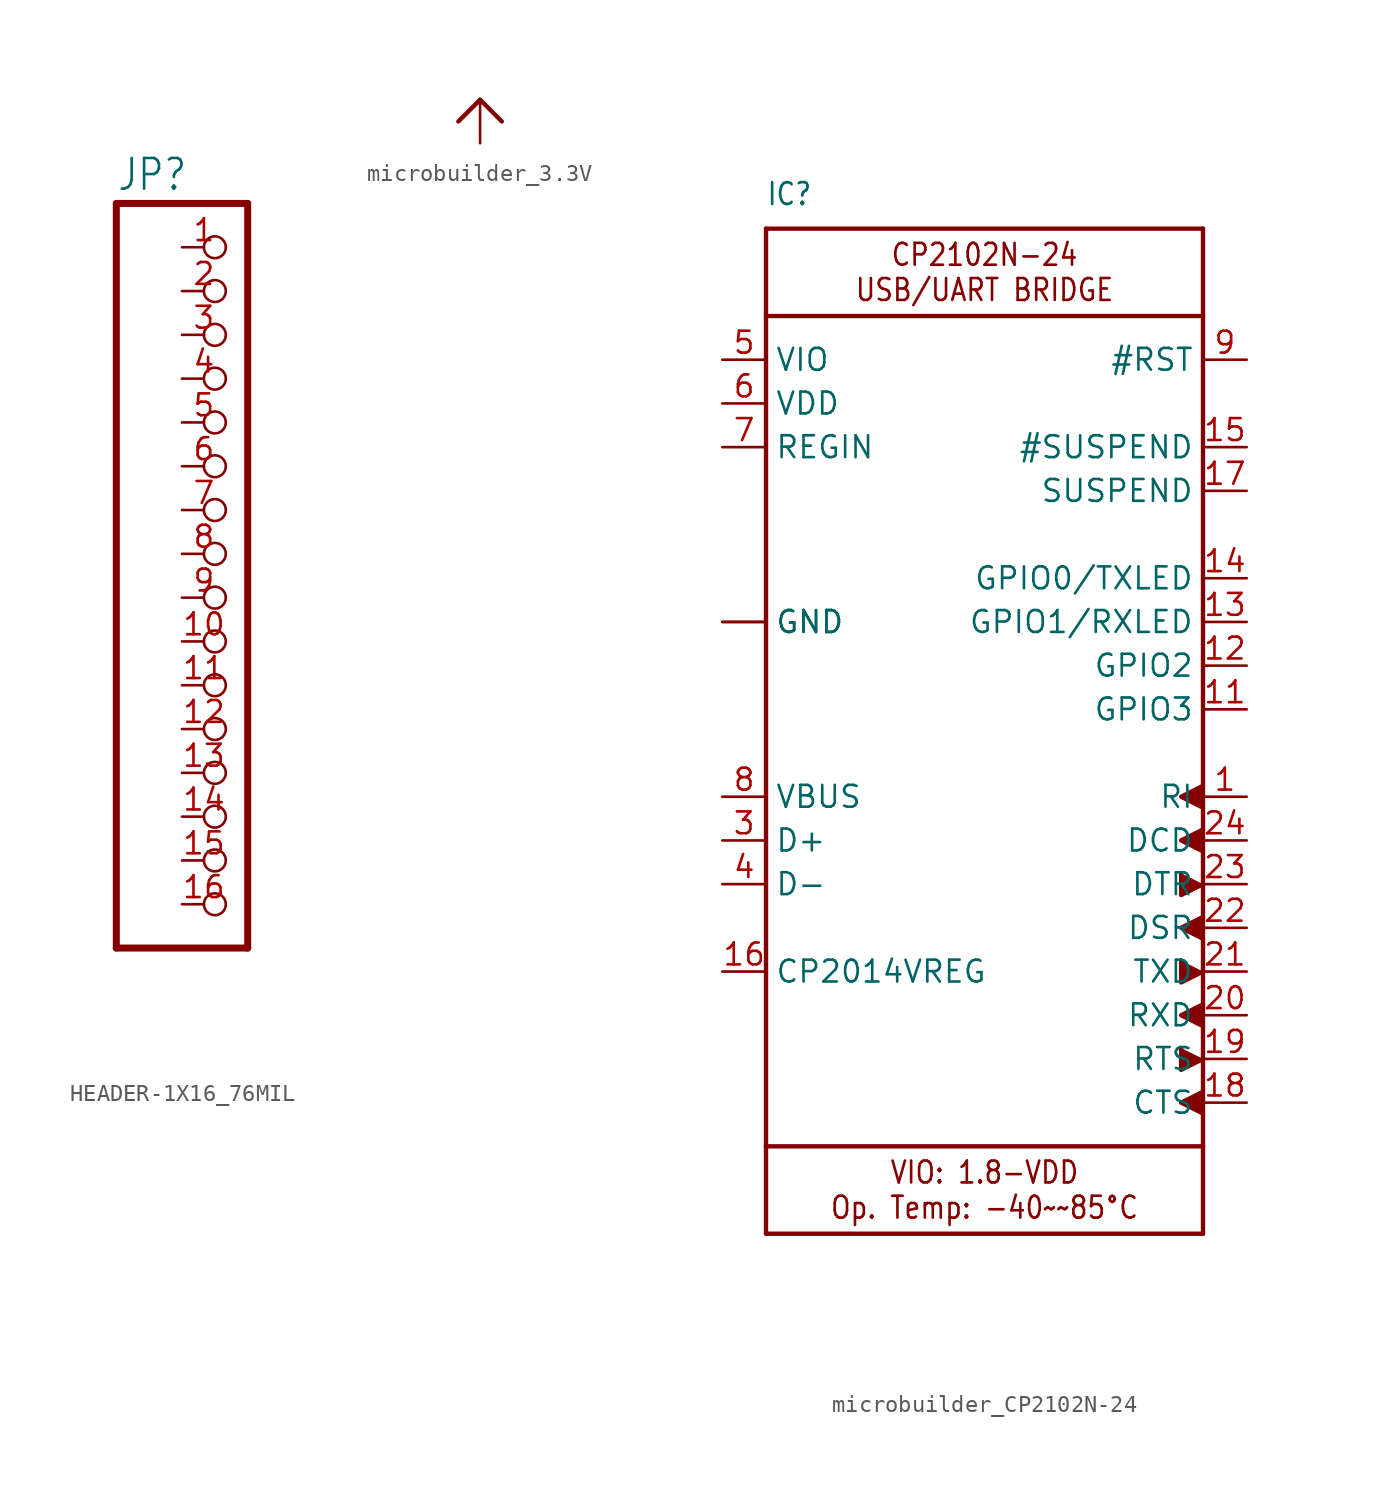
<source format=kicad_sym>
(kicad_symbol_lib
  (version 20231120)
  (generator "kicad_symbol_editor")
  (generator_version "8.0")
  (symbol "HEADER-1X16_76MIL"
    (property "Reference" "JP"
      (at -6.35 20.955 0)
      (effects (font (size 1.778 1.511)) (justify left bottom)))
    (property "Value" ""
      (at -6.35 -25.4 0)
      (effects (font (size 1.778 1.511)) (justify left bottom)))
    (property "ki_locked" ""
      (at 0 0 0)
      (effects (font (size 1.27 1.27))))
    (symbol "HEADER-1X16_76MIL_1_0"
      (polyline (pts (xy -6.35 -22.86) (xy 1.27 -22.86)) (stroke (width 0.406) (type solid)) (fill (type none)))
      (polyline (pts (xy -6.35 20.32) (xy -6.35 -22.86)) (stroke (width 0.406) (type solid)) (fill (type none)))
      (polyline (pts (xy 1.27 -22.86) (xy 1.27 20.32)) (stroke (width 0.406) (type solid)) (fill (type none)))
      (polyline (pts (xy 1.27 20.32) (xy -6.35 20.32)) (stroke (width 0.406) (type solid)) (fill (type none)))
      (pin passive inverted (at -2.54 17.78 0) (length 2.54) (name "1" (effects (font (size 0 0)))) (number "1" (effects (font (size 1.27 1.27)))))
      (pin passive inverted (at -2.54 -5.08 0) (length 2.54) (name "10" (effects (font (size 0 0)))) (number "10" (effects (font (size 1.27 1.27)))))
      (pin passive inverted (at -2.54 -7.62 0) (length 2.54) (name "11" (effects (font (size 0 0)))) (number "11" (effects (font (size 1.27 1.27)))))
      (pin passive inverted (at -2.54 -10.16 0) (length 2.54) (name "12" (effects (font (size 0 0)))) (number "12" (effects (font (size 1.27 1.27)))))
      (pin passive inverted (at -2.54 -12.7 0) (length 2.54) (name "13" (effects (font (size 0 0)))) (number "13" (effects (font (size 1.27 1.27)))))
      (pin passive inverted (at -2.54 -15.24 0) (length 2.54) (name "14" (effects (font (size 0 0)))) (number "14" (effects (font (size 1.27 1.27)))))
      (pin passive inverted (at -2.54 -17.78 0) (length 2.54) (name "15" (effects (font (size 0 0)))) (number "15" (effects (font (size 1.27 1.27)))))
      (pin passive inverted (at -2.54 -20.32 0) (length 2.54) (name "16" (effects (font (size 0 0)))) (number "16" (effects (font (size 1.27 1.27)))))
      (pin passive inverted (at -2.54 15.24 0) (length 2.54) (name "2" (effects (font (size 0 0)))) (number "2" (effects (font (size 1.27 1.27)))))
      (pin passive inverted (at -2.54 12.7 0) (length 2.54) (name "3" (effects (font (size 0 0)))) (number "3" (effects (font (size 1.27 1.27)))))
      (pin passive inverted (at -2.54 10.16 0) (length 2.54) (name "4" (effects (font (size 0 0)))) (number "4" (effects (font (size 1.27 1.27)))))
      (pin passive inverted (at -2.54 7.62 0) (length 2.54) (name "5" (effects (font (size 0 0)))) (number "5" (effects (font (size 1.27 1.27)))))
      (pin passive inverted (at -2.54 5.08 0) (length 2.54) (name "6" (effects (font (size 0 0)))) (number "6" (effects (font (size 1.27 1.27)))))
      (pin passive inverted (at -2.54 2.54 0) (length 2.54) (name "7" (effects (font (size 0 0)))) (number "7" (effects (font (size 1.27 1.27)))))
      (pin passive inverted (at -2.54 0 0) (length 2.54) (name "8" (effects (font (size 0 0)))) (number "8" (effects (font (size 1.27 1.27)))))
      (pin passive inverted (at -2.54 -2.54 0) (length 2.54) (name "9" (effects (font (size 0 0)))) (number "9" (effects (font (size 1.27 1.27)))))))
  (symbol "microbuilder_3.3V"
    (power)
    (property "Reference" ""
      (at 0 0 0)
      (effects (font (size 1.27 1.27)) (hide yes)))
    (property "Value" ""
      (at -1.524 1.016 0)
      (effects (font (size 1.27 1.079)) (justify left bottom)))
    (property "ki_locked" ""
      (at 0 0 0)
      (effects (font (size 1.27 1.27))))
    (symbol "microbuilder_3.3V_1_0"
      (polyline (pts (xy -1.27 -1.27) (xy 0 0)) (stroke (width 0.254) (type solid)) (fill (type none)))
      (polyline (pts (xy 0 0) (xy 1.27 -1.27)) (stroke (width 0.254) (type solid)) (fill (type none)))
      (pin power_in line (at 0 -2.54 90) (length 2.54) (name "3.3V" (effects (font (size 0 0)))) (number "1" (effects (font (size 0 0)))))))
  (symbol "microbuilder_CP2102N-24"
    (property "Reference" "IC"
      (at -12.7 29.21 0)
      (effects (font (size 1.27 1.079)) (justify left bottom)))
    (property "Value" ""
      (at -12.7 -33.02 0)
      (effects (font (size 1.27 1.079)) (justify left bottom)))
    (property "ki_locked" ""
      (at 0 0 0)
      (effects (font (size 1.27 1.27))))
    (symbol "microbuilder_CP2102N-24_1_0"
      (polyline (pts (xy -12.7 -30.48) (xy 12.7 -30.48)) (stroke (width 0.254) (type solid)) (fill (type none)))
      (polyline (pts (xy -12.7 -25.4) (xy -12.7 -30.48)) (stroke (width 0.254) (type solid)) (fill (type none)))
      (polyline (pts (xy -12.7 -25.4) (xy -12.7 22.86)) (stroke (width 0.254) (type solid)) (fill (type none)))
      (polyline (pts (xy -12.7 22.86) (xy -12.7 27.94)) (stroke (width 0.254) (type solid)) (fill (type none)))
      (polyline (pts (xy -12.7 22.86) (xy 12.7 22.86)) (stroke (width 0.254) (type solid)) (fill (type none)))
      (polyline (pts (xy -12.7 27.94) (xy 12.7 27.94)) (stroke (width 0.254) (type solid)) (fill (type none)))
      (polyline (pts (xy 12.7 -30.48) (xy 12.7 -25.4)) (stroke (width 0.254) (type solid)) (fill (type none)))
      (polyline (pts (xy 12.7 -25.4) (xy -12.7 -25.4)) (stroke (width 0.254) (type solid)) (fill (type none)))
      (polyline (pts (xy 12.7 22.86) (xy 12.7 -25.4)) (stroke (width 0.254) (type solid)) (fill (type none)))
      (polyline (pts (xy 12.7 27.94) (xy 12.7 22.86)) (stroke (width 0.254) (type solid)) (fill (type none)))
      (polyline (pts (xy 11.43 -19.685) (xy 11.43 -20.955) (xy 12.7 -20.32)) (stroke (width 0.254) (type solid)) (fill (type outline)))
      (polyline (pts (xy 11.43 -14.605) (xy 11.43 -15.875) (xy 12.7 -15.24)) (stroke (width 0.254) (type solid)) (fill (type outline)))
      (polyline (pts (xy 11.43 -9.525) (xy 11.43 -10.795) (xy 12.7 -10.16)) (stroke (width 0.254) (type solid)) (fill (type outline)))
      (polyline (pts (xy 12.7 -22.225) (xy 11.43 -22.86) (xy 12.7 -23.495)) (stroke (width 0.254) (type solid)) (fill (type outline)))
      (polyline (pts (xy 12.7 -17.145) (xy 11.43 -17.78) (xy 12.7 -18.415)) (stroke (width 0.254) (type solid)) (fill (type outline)))
      (polyline (pts (xy 12.7 -12.065) (xy 11.43 -12.7) (xy 12.7 -13.335)) (stroke (width 0.254) (type solid)) (fill (type outline)))
      (polyline (pts (xy 12.7 -6.985) (xy 11.43 -7.62) (xy 12.7 -8.255)) (stroke (width 0.254) (type solid)) (fill (type outline)))
      (polyline (pts (xy 12.7 -4.445) (xy 11.43 -5.08) (xy 12.7 -5.715)) (stroke (width 0.254) (type solid)) (fill (type outline)))
      (text "CP2102N-24\nUSB/UART BRIDGE" (at 0 25.4 0) (effects (font (size 1.27 1.079))))
      (text "VIO: 1.8-VDD\nOp. Temp: -40~~85°C" (at 0 -27.94 0) (effects (font (size 1.27 1.079))))
      (pin input line (at 15.24 -5.08 180) (length 2.54) (name "RI" (effects (font (size 1.27 1.27)))) (number "1" (effects (font (size 1.27 1.27)))))
      (pin bidirectional line (at 15.24 0 180) (length 2.54) (name "GPIO3" (effects (font (size 1.27 1.27)))) (number "11" (effects (font (size 1.27 1.27)))))
      (pin bidirectional line (at 15.24 2.54 180) (length 2.54) (name "GPIO2" (effects (font (size 1.27 1.27)))) (number "12" (effects (font (size 1.27 1.27)))))
      (pin bidirectional line (at 15.24 5.08 180) (length 2.54) (name "GPIO1/RXLED" (effects (font (size 1.27 1.27)))) (number "13" (effects (font (size 1.27 1.27)))))
      (pin bidirectional line (at 15.24 7.62 180) (length 2.54) (name "GPIO0/TXLED" (effects (font (size 1.27 1.27)))) (number "14" (effects (font (size 1.27 1.27)))))
      (pin output line (at 15.24 15.24 180) (length 2.54) (name "#SUSPEND" (effects (font (size 1.27 1.27)))) (number "15" (effects (font (size 1.27 1.27)))))
      (pin passive line (at -15.24 -15.24 0) (length 2.54) (name "CP2014VREG" (effects (font (size 1.27 1.27)))) (number "16" (effects (font (size 1.27 1.27)))))
      (pin output line (at 15.24 12.7 180) (length 2.54) (name "SUSPEND" (effects (font (size 1.27 1.27)))) (number "17" (effects (font (size 1.27 1.27)))))
      (pin input line (at 15.24 -22.86 180) (length 2.54) (name "CTS" (effects (font (size 1.27 1.27)))) (number "18" (effects (font (size 1.27 1.27)))))
      (pin output line (at 15.24 -20.32 180) (length 2.54) (name "RTS" (effects (font (size 1.27 1.27)))) (number "19" (effects (font (size 1.27 1.27)))))
      (pin power_in line (at -15.24 5.08 0) (length 2.54) (name "GND" (effects (font (size 1.27 1.27)))) (number "2" (effects (font (size 0 0)))))
      (pin input line (at 15.24 -17.78 180) (length 2.54) (name "RXD" (effects (font (size 1.27 1.27)))) (number "20" (effects (font (size 1.27 1.27)))))
      (pin output line (at 15.24 -15.24 180) (length 2.54) (name "TXD" (effects (font (size 1.27 1.27)))) (number "21" (effects (font (size 1.27 1.27)))))
      (pin input line (at 15.24 -12.7 180) (length 2.54) (name "DSR" (effects (font (size 1.27 1.27)))) (number "22" (effects (font (size 1.27 1.27)))))
      (pin output line (at 15.24 -10.16 180) (length 2.54) (name "DTR" (effects (font (size 1.27 1.27)))) (number "23" (effects (font (size 1.27 1.27)))))
      (pin input line (at 15.24 -7.62 180) (length 2.54) (name "DCD" (effects (font (size 1.27 1.27)))) (number "24" (effects (font (size 1.27 1.27)))))
      (pin bidirectional line (at -15.24 -7.62 0) (length 2.54) (name "D+" (effects (font (size 1.27 1.27)))) (number "3" (effects (font (size 1.27 1.27)))))
      (pin bidirectional line (at -15.24 -10.16 0) (length 2.54) (name "D-" (effects (font (size 1.27 1.27)))) (number "4" (effects (font (size 1.27 1.27)))))
      (pin power_in line (at -15.24 20.32 0) (length 2.54) (name "VIO" (effects (font (size 1.27 1.27)))) (number "5" (effects (font (size 1.27 1.27)))))
      (pin power_in line (at -15.24 17.78 0) (length 2.54) (name "VDD" (effects (font (size 1.27 1.27)))) (number "6" (effects (font (size 1.27 1.27)))))
      (pin power_in line (at -15.24 15.24 0) (length 2.54) (name "REGIN" (effects (font (size 1.27 1.27)))) (number "7" (effects (font (size 1.27 1.27)))))
      (pin power_in line (at -15.24 -5.08 0) (length 2.54) (name "VBUS" (effects (font (size 1.27 1.27)))) (number "8" (effects (font (size 1.27 1.27)))))
      (pin bidirectional line (at 15.24 20.32 180) (length 2.54) (name "#RST" (effects (font (size 1.27 1.27)))) (number "9" (effects (font (size 1.27 1.27)))))
      (pin power_in line (at -15.24 5.08 0) (length 2.54) (name "GND" (effects (font (size 1.27 1.27)))) (number "THERM" (effects (font (size 0 0))))))))
</source>
